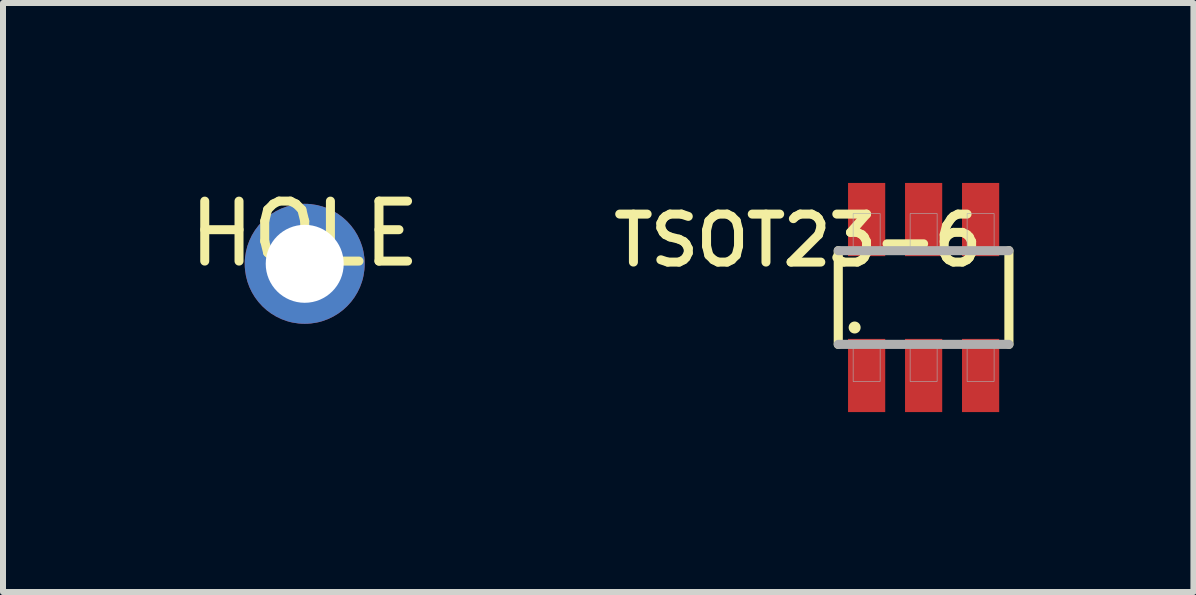
<source format=kicad_pcb>
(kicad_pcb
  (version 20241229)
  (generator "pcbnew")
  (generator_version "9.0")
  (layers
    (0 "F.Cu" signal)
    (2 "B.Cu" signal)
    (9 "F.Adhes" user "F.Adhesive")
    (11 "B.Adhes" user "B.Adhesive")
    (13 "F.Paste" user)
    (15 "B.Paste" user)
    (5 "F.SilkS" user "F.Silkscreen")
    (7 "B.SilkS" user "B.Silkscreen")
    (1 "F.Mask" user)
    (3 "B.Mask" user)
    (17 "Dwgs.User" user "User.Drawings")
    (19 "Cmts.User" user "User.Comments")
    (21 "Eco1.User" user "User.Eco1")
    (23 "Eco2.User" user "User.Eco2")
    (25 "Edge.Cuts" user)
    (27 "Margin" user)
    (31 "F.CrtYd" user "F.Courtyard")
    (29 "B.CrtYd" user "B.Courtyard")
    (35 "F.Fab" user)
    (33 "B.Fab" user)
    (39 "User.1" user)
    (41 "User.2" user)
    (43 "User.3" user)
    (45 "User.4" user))
  (footprint "HOLE"
    (layer "F.Cu")
    (at 2.03 1.348)
    (property "Reference" "HOLE" (at 0 -0.5 0) (unlocked yes) (layer "F.SilkS") (effects (font (size 1 1) (thickness 0.15))))
    (attr smd)
    (pad "1" thru_hole circle (at 0 0) (size 2 2) (drill 1.3) (layers "*.Cu" "*.Mask")))
  (footprint "TSOT23-6"
    (layer "F.Cu")
    (at 12.348 1.91)
    (property "Reference" "TSOT23-6" (at -2.095 -0.953 180) (layer "F.SilkS") (effects (font (size 0.8 0.8) (thickness 0.15))))
    (attr smd)
    (fp_line (start -1.423 0.781) (end -1.423 -0.781) (stroke (width 0.152) (type solid)) (layer "F.SilkS"))
    (fp_line (start 1.422 -0.781) (end 1.422 0.781) (stroke (width 0.152) (type solid)) (layer "F.SilkS"))
    (fp_circle (center -1.15 0.5) (end -1.05 0.5) (stroke (width 0) (type solid)) (fill yes) (layer "F.SilkS"))
    (fp_line (start -1.423 -0.781) (end 1.422 -0.781) (stroke (width 0.152) (type solid)) (layer "F.Fab"))
    (fp_line (start 1.422 0.781) (end -1.423 0.781) (stroke (width 0.152) (type solid)) (layer "F.Fab"))
    (fp_poly (pts (xy -1.175 -1.4) (xy -0.725 -1.4) (xy -0.725 -0.8) (xy -1.175 -0.8)) (stroke (width 0.01) (type solid)) (fill no) (layer "F.Fab"))
    (fp_poly (pts (xy -1.175 0.8) (xy -0.725 0.8) (xy -0.725 1.4) (xy -1.175 1.4)) (stroke (width 0.01) (type solid)) (fill no) (layer "F.Fab"))
    (fp_poly (pts (xy -0.225 -1.4) (xy 0.225 -1.4) (xy 0.225 -0.8) (xy -0.225 -0.8)) (stroke (width 0.01) (type solid)) (fill no) (layer "F.Fab"))
    (fp_poly (pts (xy -0.225 0.8) (xy 0.225 0.8) (xy 0.225 1.4) (xy -0.225 1.4)) (stroke (width 0.01) (type solid)) (fill no) (layer "F.Fab"))
    (fp_poly (pts (xy 0.725 -1.4) (xy 1.175 -1.4) (xy 1.175 -0.8) (xy 0.725 -0.8)) (stroke (width 0.01) (type solid)) (fill no) (layer "F.Fab"))
    (fp_poly (pts (xy 0.725 0.8) (xy 1.175 0.8) (xy 1.175 1.4) (xy 0.725 1.4)) (stroke (width 0.01) (type solid)) (fill no) (layer "F.Fab"))
    (pad "1" smd rect (at -0.95 1.3) (size 0.62 1.22) (layers "F.Cu" "F.Mask" "F.Paste"))
    (pad "2" smd rect (at 0 1.3) (size 0.62 1.22) (layers "F.Cu" "F.Mask" "F.Paste"))
    (pad "3" smd rect (at 0.95 1.3) (size 0.62 1.22) (layers "F.Cu" "F.Mask" "F.Paste"))
    (pad "4" smd rect (at 0.95 -1.3) (size 0.62 1.22) (layers "F.Cu" "F.Mask" "F.Paste"))
    (pad "5" smd rect (at 0 -1.3) (size 0.62 1.22) (layers "F.Cu" "F.Mask" "F.Paste"))
    (pad "6" smd rect (at -0.95 -1.3) (size 0.62 1.22) (layers "F.Cu" "F.Mask" "F.Paste")))
  (gr_rect
    (start -3 -3)
    (end 16.846 6.82)
    (stroke (width 0.1) (type default))
    (fill no)
    (layer "Edge.Cuts")))
</source>
